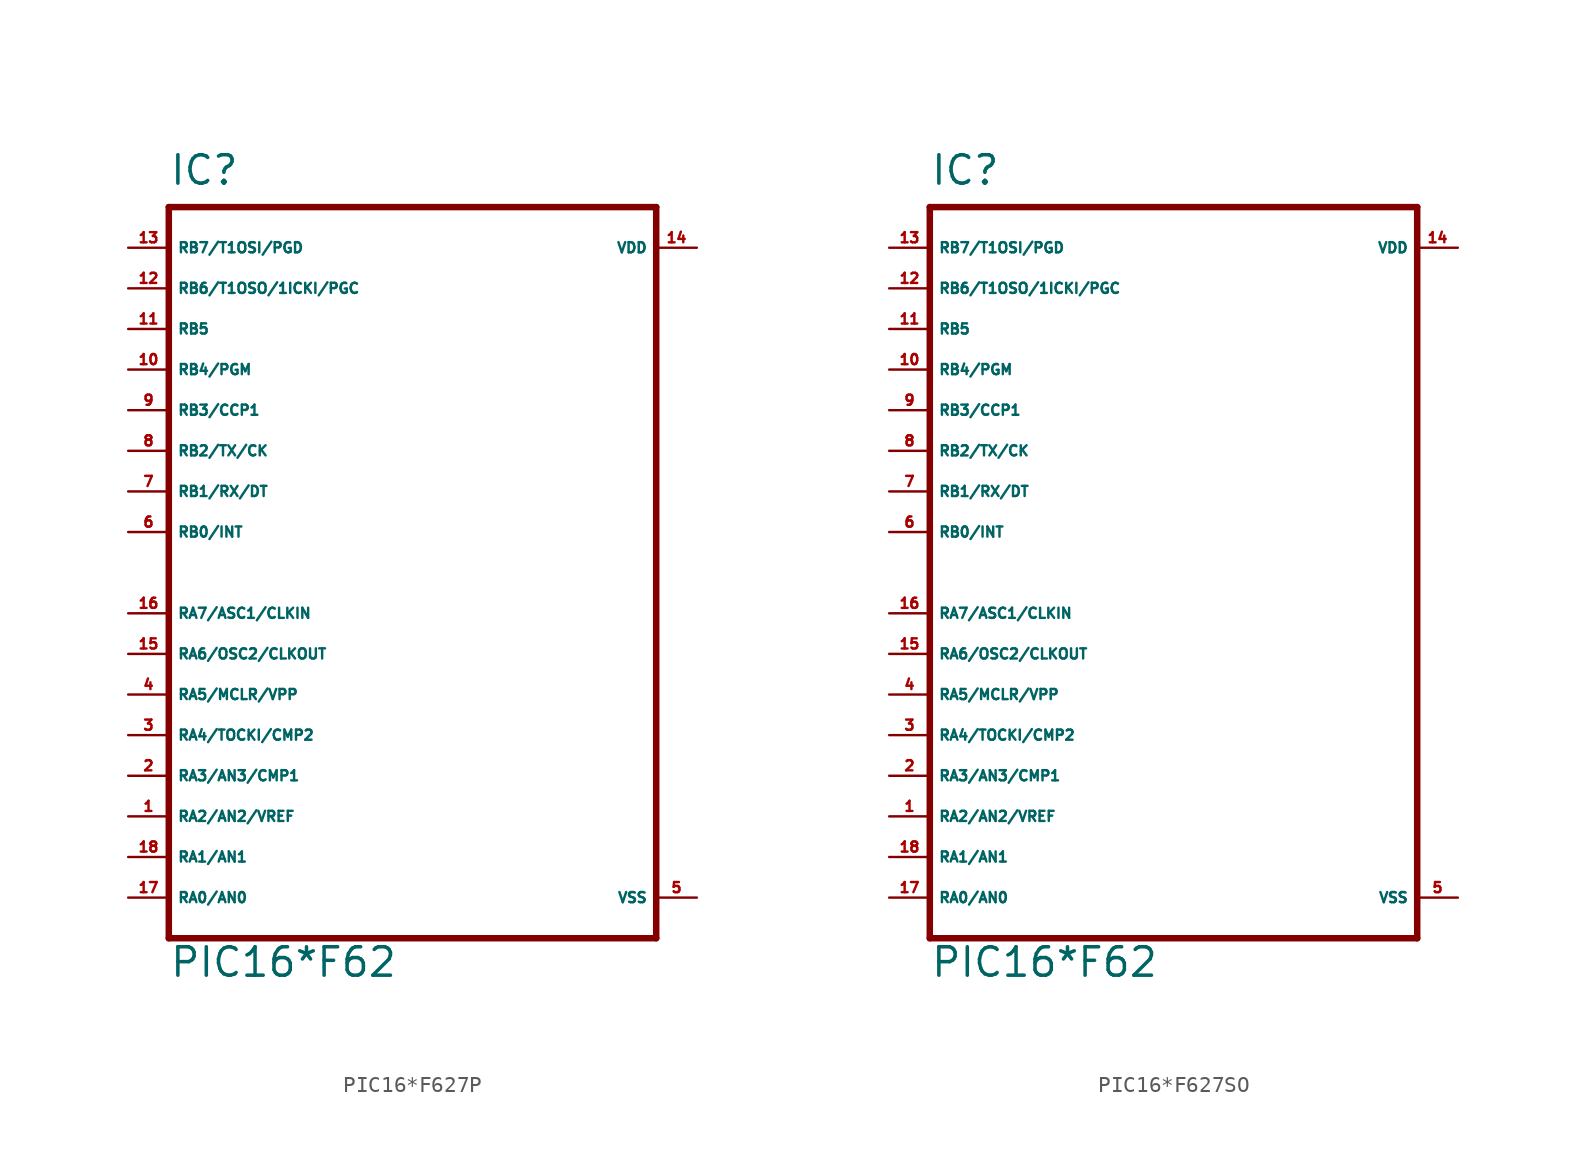
<source format=kicad_sym>
(kicad_symbol_lib
  (version 20220914)
  (generator Eagle2Kicad)
  (symbol "PIC16*F627P"
    (property "Reference" "IC"
      (at -15.24 24.13 0)
      (effects (font (size 1.778 1.778) (thickness 0.22)) (justify left bottom)))
    (property "Value" "PIC16*F62"
      (at -15.24 -25.4 0)
      (effects (font (size 1.778 1.778) (thickness 0.22)) (justify left bottom)))
    (polyline
      (pts (xy 15.24 -22.86) (xy -15.24 -22.86))
      (stroke (width 0.406) (type default))
      (fill (type none)))
    (polyline
      (pts (xy -15.24 -22.86) (xy -15.24 22.86))
      (stroke (width 0.406) (type default))
      (fill (type none)))
    (polyline
      (pts (xy -15.24 22.86) (xy 15.24 22.86))
      (stroke (width 0.406) (type default))
      (fill (type none)))
    (polyline
      (pts (xy 15.24 22.86) (xy 15.24 -22.86))
      (stroke (width 0.406) (type default))
      (fill (type none)))
    (pin bidirectional line
      (at -17.78 -20.32 0)
      (length 2.54)
      (name "RA0/AN0" (effects (font (size 0.635 0.635) (thickness 0.08)) (justify left bottom)))
      (number "17" (effects (font (size 0.635 0.635) (thickness 0.08)) (justify left bottom))))
    (pin bidirectional line
      (at -17.78 -17.78 0)
      (length 2.54)
      (name "RA1/AN1" (effects (font (size 0.635 0.635) (thickness 0.08)) (justify left bottom)))
      (number "18" (effects (font (size 0.635 0.635) (thickness 0.08)) (justify left bottom))))
    (pin bidirectional line
      (at -17.78 -15.24 0)
      (length 2.54)
      (name "RA2/AN2/VREF" (effects (font (size 0.635 0.635) (thickness 0.08)) (justify left bottom)))
      (number "1" (effects (font (size 0.635 0.635) (thickness 0.08)) (justify left bottom))))
    (pin bidirectional line
      (at -17.78 -12.7 0)
      (length 2.54)
      (name "RA3/AN3/CMP1" (effects (font (size 0.635 0.635) (thickness 0.08)) (justify left bottom)))
      (number "2" (effects (font (size 0.635 0.635) (thickness 0.08)) (justify left bottom))))
    (pin bidirectional line
      (at -17.78 2.54 0)
      (length 2.54)
      (name "RB0/INT" (effects (font (size 0.635 0.635) (thickness 0.08)) (justify left bottom)))
      (number "6" (effects (font (size 0.635 0.635) (thickness 0.08)) (justify left bottom))))
    (pin bidirectional line
      (at -17.78 5.08 0)
      (length 2.54)
      (name "RB1/RX/DT" (effects (font (size 0.635 0.635) (thickness 0.08)) (justify left bottom)))
      (number "7" (effects (font (size 0.635 0.635) (thickness 0.08)) (justify left bottom))))
    (pin bidirectional line
      (at -17.78 7.62 0)
      (length 2.54)
      (name "RB2/TX/CK" (effects (font (size 0.635 0.635) (thickness 0.08)) (justify left bottom)))
      (number "8" (effects (font (size 0.635 0.635) (thickness 0.08)) (justify left bottom))))
    (pin bidirectional line
      (at -17.78 10.16 0)
      (length 2.54)
      (name "RB3/CCP1" (effects (font (size 0.635 0.635) (thickness 0.08)) (justify left bottom)))
      (number "9" (effects (font (size 0.635 0.635) (thickness 0.08)) (justify left bottom))))
    (pin bidirectional line
      (at -17.78 12.7 0)
      (length 2.54)
      (name "RB4/PGM" (effects (font (size 0.635 0.635) (thickness 0.08)) (justify left bottom)))
      (number "10" (effects (font (size 0.635 0.635) (thickness 0.08)) (justify left bottom))))
    (pin bidirectional line
      (at -17.78 15.24 0)
      (length 2.54)
      (name "RB5" (effects (font (size 0.635 0.635) (thickness 0.08)) (justify left bottom)))
      (number "11" (effects (font (size 0.635 0.635) (thickness 0.08)) (justify left bottom))))
    (pin bidirectional line
      (at -17.78 17.78 0)
      (length 2.54)
      (name "RB6/T1OSO/1ICKI/PGC" (effects (font (size 0.635 0.635) (thickness 0.08)) (justify left bottom)))
      (number "12" (effects (font (size 0.635 0.635) (thickness 0.08)) (justify left bottom))))
    (pin bidirectional line
      (at -17.78 20.32 0)
      (length 2.54)
      (name "RB7/T1OSI/PGD" (effects (font (size 0.635 0.635) (thickness 0.08)) (justify left bottom)))
      (number "13" (effects (font (size 0.635 0.635) (thickness 0.08)) (justify left bottom))))
    (pin unspecified line
      (at 17.78 -20.32 180)
      (length 2.54)
      (name "VSS" (effects (font (size 0.635 0.635) (thickness 0.08)) (justify left bottom)))
      (number "5" (effects (font (size 0.635 0.635) (thickness 0.08)) (justify left bottom))))
    (pin unspecified line
      (at 17.78 20.32 180)
      (length 2.54)
      (name "VDD" (effects (font (size 0.635 0.635) (thickness 0.08)) (justify left bottom)))
      (number "14" (effects (font (size 0.635 0.635) (thickness 0.08)) (justify left bottom))))
    (pin bidirectional line
      (at -17.78 -10.16 0)
      (length 2.54)
      (name "RA4/TOCKI/CMP2" (effects (font (size 0.635 0.635) (thickness 0.08)) (justify left bottom)))
      (number "3" (effects (font (size 0.635 0.635) (thickness 0.08)) (justify left bottom))))
    (pin input line
      (at -17.78 -7.62 0)
      (length 2.54)
      (name "RA5/MCLR/VPP" (effects (font (size 0.635 0.635) (thickness 0.08)) (justify left bottom)))
      (number "4" (effects (font (size 0.635 0.635) (thickness 0.08)) (justify left bottom))))
    (pin bidirectional line
      (at -17.78 -5.08 0)
      (length 2.54)
      (name "RA6/OSC2/CLKOUT" (effects (font (size 0.635 0.635) (thickness 0.08)) (justify left bottom)))
      (number "15" (effects (font (size 0.635 0.635) (thickness 0.08)) (justify left bottom))))
    (pin bidirectional line
      (at -17.78 -2.54 0)
      (length 2.54)
      (name "RA7/ASC1/CLKIN" (effects (font (size 0.635 0.635) (thickness 0.08)) (justify left bottom)))
      (number "16" (effects (font (size 0.635 0.635) (thickness 0.08)) (justify left bottom)))))
  (symbol "PIC16*F627SO"
    (property "Reference" "IC"
      (at -15.24 24.13 0)
      (effects (font (size 1.778 1.778) (thickness 0.22)) (justify left bottom)))
    (property "Value" "PIC16*F62"
      (at -15.24 -25.4 0)
      (effects (font (size 1.778 1.778) (thickness 0.22)) (justify left bottom)))
    (polyline
      (pts (xy 15.24 -22.86) (xy -15.24 -22.86))
      (stroke (width 0.406) (type default))
      (fill (type none)))
    (polyline
      (pts (xy -15.24 -22.86) (xy -15.24 22.86))
      (stroke (width 0.406) (type default))
      (fill (type none)))
    (polyline
      (pts (xy -15.24 22.86) (xy 15.24 22.86))
      (stroke (width 0.406) (type default))
      (fill (type none)))
    (polyline
      (pts (xy 15.24 22.86) (xy 15.24 -22.86))
      (stroke (width 0.406) (type default))
      (fill (type none)))
    (pin bidirectional line
      (at -17.78 -20.32 0)
      (length 2.54)
      (name "RA0/AN0" (effects (font (size 0.635 0.635) (thickness 0.08)) (justify left bottom)))
      (number "17" (effects (font (size 0.635 0.635) (thickness 0.08)) (justify left bottom))))
    (pin bidirectional line
      (at -17.78 -17.78 0)
      (length 2.54)
      (name "RA1/AN1" (effects (font (size 0.635 0.635) (thickness 0.08)) (justify left bottom)))
      (number "18" (effects (font (size 0.635 0.635) (thickness 0.08)) (justify left bottom))))
    (pin bidirectional line
      (at -17.78 -15.24 0)
      (length 2.54)
      (name "RA2/AN2/VREF" (effects (font (size 0.635 0.635) (thickness 0.08)) (justify left bottom)))
      (number "1" (effects (font (size 0.635 0.635) (thickness 0.08)) (justify left bottom))))
    (pin bidirectional line
      (at -17.78 -12.7 0)
      (length 2.54)
      (name "RA3/AN3/CMP1" (effects (font (size 0.635 0.635) (thickness 0.08)) (justify left bottom)))
      (number "2" (effects (font (size 0.635 0.635) (thickness 0.08)) (justify left bottom))))
    (pin bidirectional line
      (at -17.78 2.54 0)
      (length 2.54)
      (name "RB0/INT" (effects (font (size 0.635 0.635) (thickness 0.08)) (justify left bottom)))
      (number "6" (effects (font (size 0.635 0.635) (thickness 0.08)) (justify left bottom))))
    (pin bidirectional line
      (at -17.78 5.08 0)
      (length 2.54)
      (name "RB1/RX/DT" (effects (font (size 0.635 0.635) (thickness 0.08)) (justify left bottom)))
      (number "7" (effects (font (size 0.635 0.635) (thickness 0.08)) (justify left bottom))))
    (pin bidirectional line
      (at -17.78 7.62 0)
      (length 2.54)
      (name "RB2/TX/CK" (effects (font (size 0.635 0.635) (thickness 0.08)) (justify left bottom)))
      (number "8" (effects (font (size 0.635 0.635) (thickness 0.08)) (justify left bottom))))
    (pin bidirectional line
      (at -17.78 10.16 0)
      (length 2.54)
      (name "RB3/CCP1" (effects (font (size 0.635 0.635) (thickness 0.08)) (justify left bottom)))
      (number "9" (effects (font (size 0.635 0.635) (thickness 0.08)) (justify left bottom))))
    (pin bidirectional line
      (at -17.78 12.7 0)
      (length 2.54)
      (name "RB4/PGM" (effects (font (size 0.635 0.635) (thickness 0.08)) (justify left bottom)))
      (number "10" (effects (font (size 0.635 0.635) (thickness 0.08)) (justify left bottom))))
    (pin bidirectional line
      (at -17.78 15.24 0)
      (length 2.54)
      (name "RB5" (effects (font (size 0.635 0.635) (thickness 0.08)) (justify left bottom)))
      (number "11" (effects (font (size 0.635 0.635) (thickness 0.08)) (justify left bottom))))
    (pin bidirectional line
      (at -17.78 17.78 0)
      (length 2.54)
      (name "RB6/T1OSO/1ICKI/PGC" (effects (font (size 0.635 0.635) (thickness 0.08)) (justify left bottom)))
      (number "12" (effects (font (size 0.635 0.635) (thickness 0.08)) (justify left bottom))))
    (pin bidirectional line
      (at -17.78 20.32 0)
      (length 2.54)
      (name "RB7/T1OSI/PGD" (effects (font (size 0.635 0.635) (thickness 0.08)) (justify left bottom)))
      (number "13" (effects (font (size 0.635 0.635) (thickness 0.08)) (justify left bottom))))
    (pin unspecified line
      (at 17.78 -20.32 180)
      (length 2.54)
      (name "VSS" (effects (font (size 0.635 0.635) (thickness 0.08)) (justify left bottom)))
      (number "5" (effects (font (size 0.635 0.635) (thickness 0.08)) (justify left bottom))))
    (pin unspecified line
      (at 17.78 20.32 180)
      (length 2.54)
      (name "VDD" (effects (font (size 0.635 0.635) (thickness 0.08)) (justify left bottom)))
      (number "14" (effects (font (size 0.635 0.635) (thickness 0.08)) (justify left bottom))))
    (pin bidirectional line
      (at -17.78 -10.16 0)
      (length 2.54)
      (name "RA4/TOCKI/CMP2" (effects (font (size 0.635 0.635) (thickness 0.08)) (justify left bottom)))
      (number "3" (effects (font (size 0.635 0.635) (thickness 0.08)) (justify left bottom))))
    (pin input line
      (at -17.78 -7.62 0)
      (length 2.54)
      (name "RA5/MCLR/VPP" (effects (font (size 0.635 0.635) (thickness 0.08)) (justify left bottom)))
      (number "4" (effects (font (size 0.635 0.635) (thickness 0.08)) (justify left bottom))))
    (pin bidirectional line
      (at -17.78 -5.08 0)
      (length 2.54)
      (name "RA6/OSC2/CLKOUT" (effects (font (size 0.635 0.635) (thickness 0.08)) (justify left bottom)))
      (number "15" (effects (font (size 0.635 0.635) (thickness 0.08)) (justify left bottom))))
    (pin bidirectional line
      (at -17.78 -2.54 0)
      (length 2.54)
      (name "RA7/ASC1/CLKIN" (effects (font (size 0.635 0.635) (thickness 0.08)) (justify left bottom)))
      (number "16" (effects (font (size 0.635 0.635) (thickness 0.08)) (justify left bottom))))))
</source>
